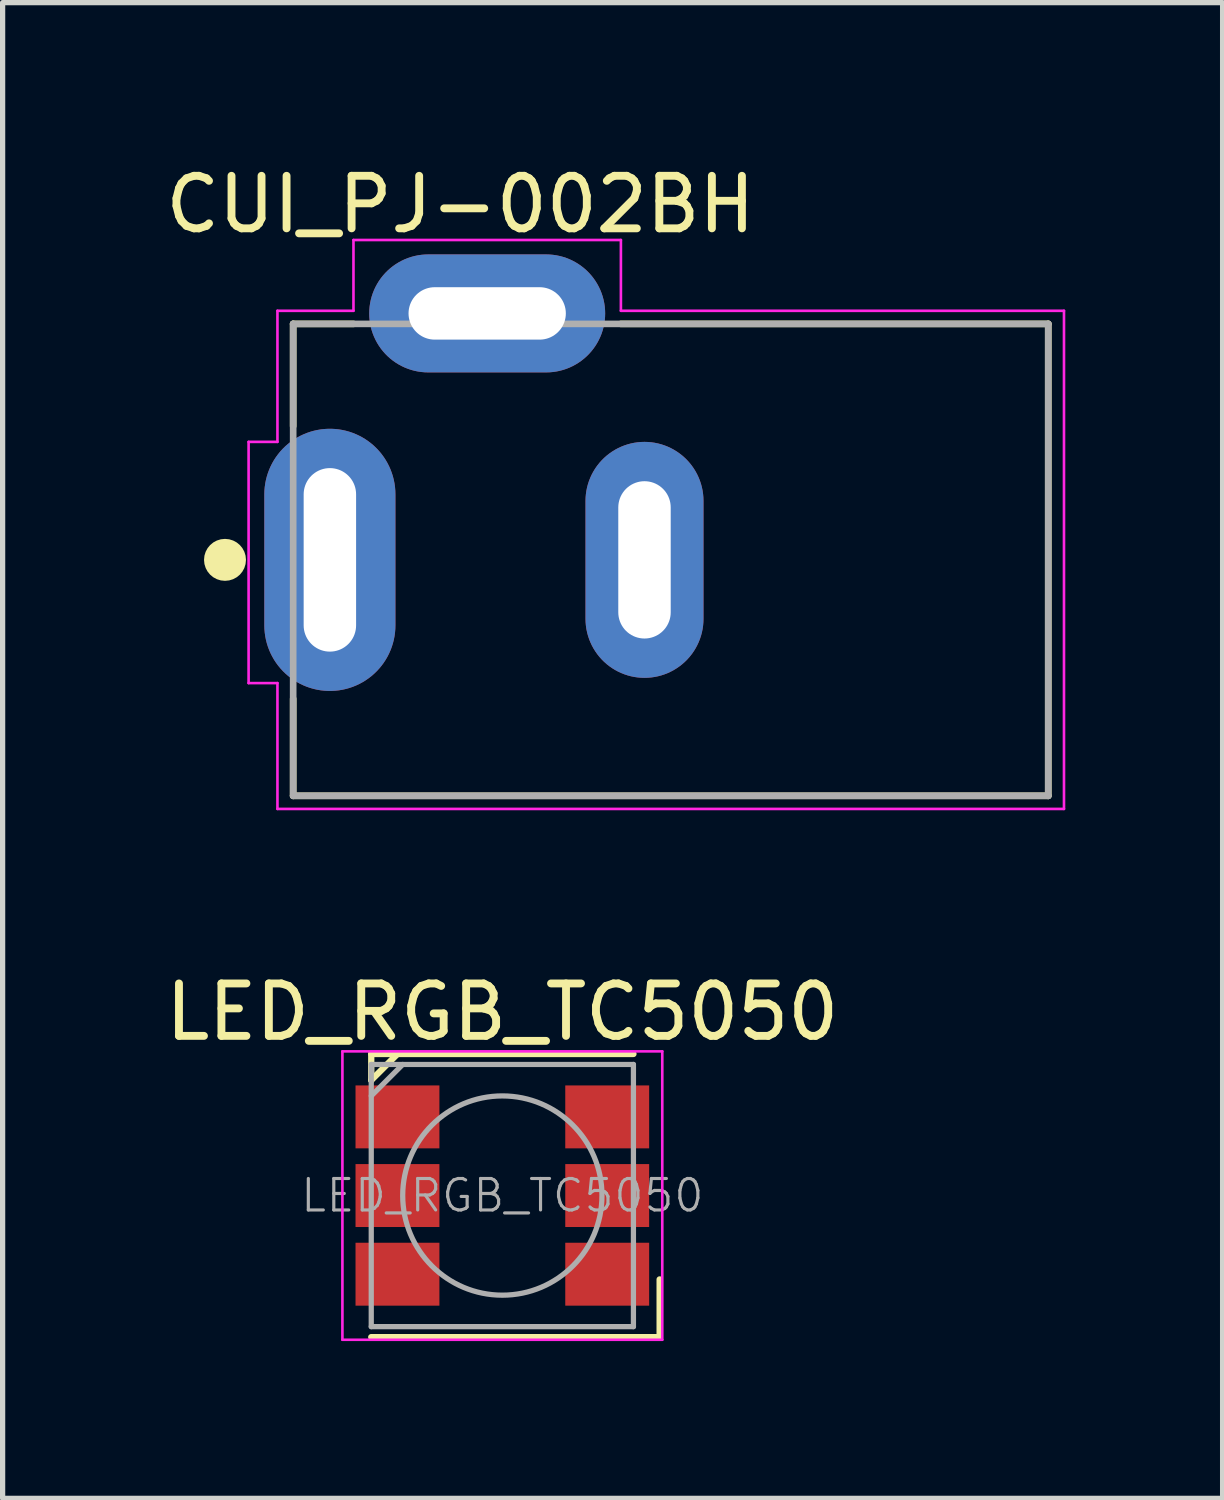
<source format=kicad_pcb>
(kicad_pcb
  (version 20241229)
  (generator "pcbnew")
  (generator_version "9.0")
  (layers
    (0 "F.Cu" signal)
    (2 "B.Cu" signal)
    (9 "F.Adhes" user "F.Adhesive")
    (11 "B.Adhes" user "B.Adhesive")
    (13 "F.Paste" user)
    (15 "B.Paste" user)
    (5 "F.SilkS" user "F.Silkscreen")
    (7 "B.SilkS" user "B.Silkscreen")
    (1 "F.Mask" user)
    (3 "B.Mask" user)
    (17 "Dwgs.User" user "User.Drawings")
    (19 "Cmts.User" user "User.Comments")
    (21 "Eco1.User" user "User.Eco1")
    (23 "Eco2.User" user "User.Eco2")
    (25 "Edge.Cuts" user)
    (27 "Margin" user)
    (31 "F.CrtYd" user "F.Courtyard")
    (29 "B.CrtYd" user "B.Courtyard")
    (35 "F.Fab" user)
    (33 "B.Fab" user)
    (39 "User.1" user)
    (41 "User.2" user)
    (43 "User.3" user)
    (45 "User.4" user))
  (footprint "LED_RGB_TC5050"
    (layer "F.Cu")
    (at 6.53 19.75)
    (property "Reference" "LED_RGB_TC5050" (at 0 -3.5 180) (layer "F.SilkS") (effects (font (size 1 1) (thickness 0.15))))
    (attr smd)
    (fp_line (start -2.5 -2.7) (end -2.5 -2.2) (stroke (width 0.12) (type solid)) (layer "F.SilkS"))
    (fp_line (start -2.5 -2.7) (end 2.5 -2.7) (stroke (width 0.12) (type solid)) (layer "F.SilkS"))
    (fp_line (start -2.5 -2.2) (end -2 -2.7) (stroke (width 0.12) (type solid)) (layer "F.SilkS"))
    (fp_line (start 3 1.6) (end 3 2.7) (stroke (width 0.12) (type solid)) (layer "F.SilkS"))
    (fp_line (start 3 2.7) (end -2.5 2.7) (stroke (width 0.12) (type solid)) (layer "F.SilkS"))
    (fp_line (start -3.05 -2.75) (end -3.05 2.75) (stroke (width 0.05) (type solid)) (layer "F.CrtYd"))
    (fp_line (start -3.05 2.75) (end 3.05 2.75) (stroke (width 0.05) (type solid)) (layer "F.CrtYd"))
    (fp_line (start 3.05 -2.75) (end -3.05 -2.75) (stroke (width 0.05) (type solid)) (layer "F.CrtYd"))
    (fp_line (start 3.05 2.75) (end 3.05 -2.75) (stroke (width 0.05) (type solid)) (layer "F.CrtYd"))
    (fp_line (start -2.5 -2.5) (end -2.5 2.5) (stroke (width 0.1) (type solid)) (layer "F.Fab"))
    (fp_line (start -2.5 -1.9) (end -1.9 -2.5) (stroke (width 0.1) (type solid)) (layer "F.Fab"))
    (fp_line (start -2.5 2.5) (end 2.5 2.5) (stroke (width 0.1) (type solid)) (layer "F.Fab"))
    (fp_line (start 2.5 -2.5) (end -2.5 -2.5) (stroke (width 0.1) (type solid)) (layer "F.Fab"))
    (fp_line (start 2.5 2.5) (end 2.5 -2.5) (stroke (width 0.1) (type solid)) (layer "F.Fab"))
    (fp_circle (center 0 0) (end 0 -1.9) (stroke (width 0.1) (type solid)) (fill no) (layer "F.Fab"))
    (fp_text user "${REFERENCE}" (at 0 0 0) (layer "F.Fab") (effects (font (size 0.6 0.6) (thickness 0.06))))
    (pad "1" smd rect (at -2 0 90) (size 1.2 1.6) (layers "F.Cu" "F.Mask" "F.Paste"))
    (pad "2" smd rect (at -2 1.5 90) (size 1.2 1.6) (layers "F.Cu" "F.Mask" "F.Paste"))
    (pad "3" smd rect (at -2 -1.5 90) (size 1.2 1.6) (layers "F.Cu" "F.Mask" "F.Paste"))
    (pad "4" smd rect (at 2 -1.5 90) (size 1.2 1.6) (layers "F.Cu" "F.Mask" "F.Paste"))
    (pad "5" smd rect (at 2 1.5 90) (size 1.2 1.6) (layers "F.Cu" "F.Mask" "F.Paste"))
    (pad "6" smd rect (at 2 0 90) (size 1.2 1.6) (layers "F.Cu" "F.Mask" "F.Paste")))
  (footprint "CUI_PJ-002BH"
    (layer "F.Cu")
    (at 3.241 7.627)
    (property "Reference" "CUI_PJ-002BH" (at 2.49 -6.778 0) (layer "F.SilkS") (effects (font (size 1.002 1.002) (thickness 0.15))))
    (attr through_hole)
    (fp_line (start -0.7 -4.5) (end 0.45 -4.5) (stroke (width 0.127) (type solid)) (layer "F.SilkS"))
    (fp_line (start -0.7 -2.55) (end -0.7 -4.5) (stroke (width 0.127) (type solid)) (layer "F.SilkS"))
    (fp_line (start -0.7 4.5) (end -0.7 2.65) (stroke (width 0.127) (type solid)) (layer "F.SilkS"))
    (fp_line (start 5.55 -4.5) (end 13.7 -4.5) (stroke (width 0.127) (type solid)) (layer "F.SilkS"))
    (fp_line (start 13.7 -4.5) (end 13.7 4.5) (stroke (width 0.127) (type solid)) (layer "F.SilkS"))
    (fp_line (start 13.7 4.5) (end -0.7 4.5) (stroke (width 0.127) (type solid)) (layer "F.SilkS"))
    (fp_circle (center -2 0) (end -1.8 0) (stroke (width 0.4) (type solid)) (fill no) (layer "F.SilkS"))
    (fp_line (start -1.55 -2.25) (end -1.55 2.35) (stroke (width 0.05) (type solid)) (layer "F.CrtYd"))
    (fp_line (start -1.55 2.35) (end -1 2.35) (stroke (width 0.05) (type solid)) (layer "F.CrtYd"))
    (fp_line (start -1 -4.75) (end 0.45 -4.75) (stroke (width 0.05) (type solid)) (layer "F.CrtYd"))
    (fp_line (start -1 -2.25) (end -1.55 -2.25) (stroke (width 0.05) (type solid)) (layer "F.CrtYd"))
    (fp_line (start -1 -2.25) (end -1 -4.75) (stroke (width 0.05) (type solid)) (layer "F.CrtYd"))
    (fp_line (start -1 4.75) (end -1 2.35) (stroke (width 0.05) (type solid)) (layer "F.CrtYd"))
    (fp_line (start 0.45 -6.1) (end 5.55 -6.1) (stroke (width 0.05) (type solid)) (layer "F.CrtYd"))
    (fp_line (start 0.45 -4.75) (end 0.45 -6.1) (stroke (width 0.05) (type solid)) (layer "F.CrtYd"))
    (fp_line (start 5.55 -6.1) (end 5.55 -4.75) (stroke (width 0.05) (type solid)) (layer "F.CrtYd"))
    (fp_line (start 5.55 -4.75) (end 14 -4.75) (stroke (width 0.05) (type solid)) (layer "F.CrtYd"))
    (fp_line (start 14 -4.75) (end 14 4.75) (stroke (width 0.05) (type solid)) (layer "F.CrtYd"))
    (fp_line (start 14 4.75) (end -1 4.75) (stroke (width 0.05) (type solid)) (layer "F.CrtYd"))
    (fp_line (start -0.7 -4.5) (end 13.7 -4.5) (stroke (width 0.127) (type solid)) (layer "F.Fab"))
    (fp_line (start -0.7 4.5) (end -0.7 -4.5) (stroke (width 0.127) (type solid)) (layer "F.Fab"))
    (fp_line (start 13.7 -4.5) (end 13.7 4.5) (stroke (width 0.127) (type solid)) (layer "F.Fab"))
    (fp_line (start 13.7 4.5) (end -0.7 4.5) (stroke (width 0.127) (type solid)) (layer "F.Fab"))
    (pad "1" thru_hole oval (at 0 0) (size 2.5 5) (drill oval 1 3.5) (layers "*.Cu" "*.Mask"))
    (pad "2" thru_hole oval (at 6 0) (size 2.25 4.5) (drill oval 1 3) (layers "*.Cu" "*.Mask"))
    (pad "3" thru_hole oval (at 3 -4.7) (size 4.5 2.25) (drill oval 3 1) (layers "*.Cu" "*.Mask")))
  (gr_rect
    (start -3 -3)
    (end 20.266 25.525)
    (stroke (width 0.1) (type default))
    (fill no)
    (layer "Edge.Cuts")))
</source>
